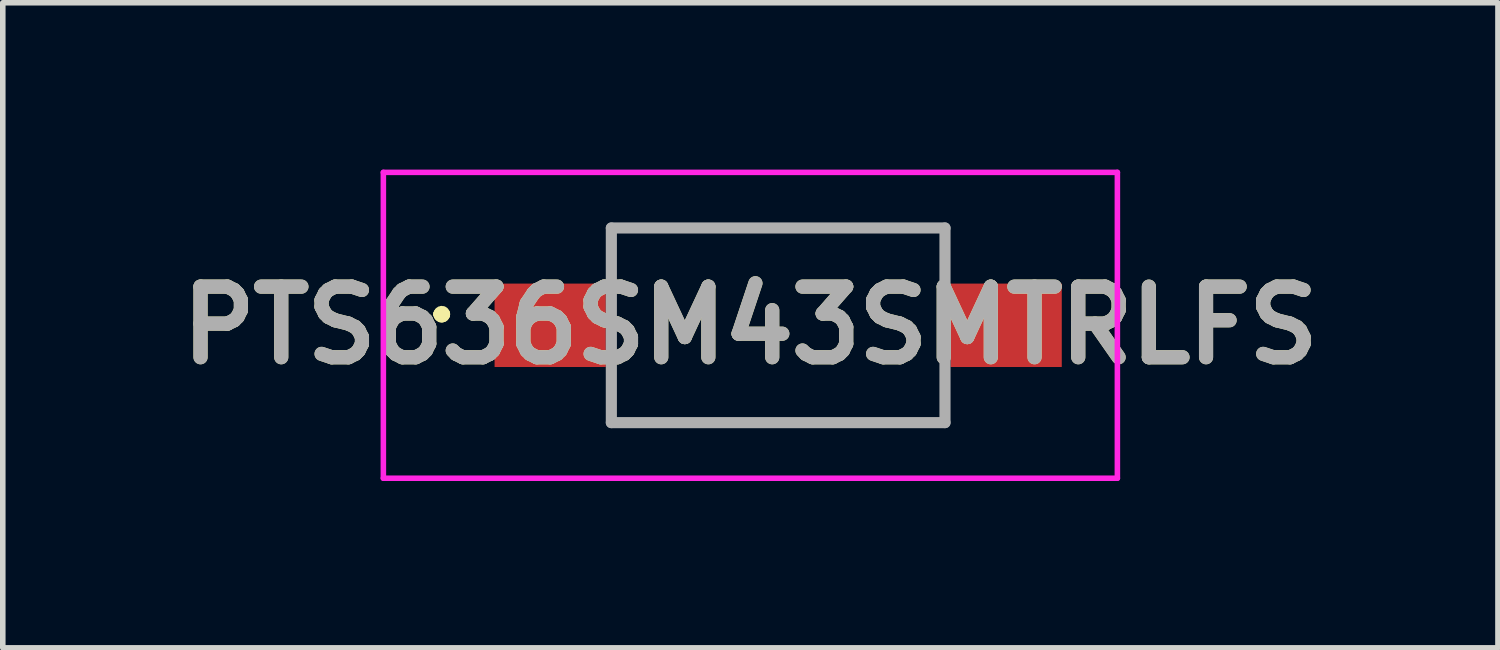
<source format=kicad_pcb>
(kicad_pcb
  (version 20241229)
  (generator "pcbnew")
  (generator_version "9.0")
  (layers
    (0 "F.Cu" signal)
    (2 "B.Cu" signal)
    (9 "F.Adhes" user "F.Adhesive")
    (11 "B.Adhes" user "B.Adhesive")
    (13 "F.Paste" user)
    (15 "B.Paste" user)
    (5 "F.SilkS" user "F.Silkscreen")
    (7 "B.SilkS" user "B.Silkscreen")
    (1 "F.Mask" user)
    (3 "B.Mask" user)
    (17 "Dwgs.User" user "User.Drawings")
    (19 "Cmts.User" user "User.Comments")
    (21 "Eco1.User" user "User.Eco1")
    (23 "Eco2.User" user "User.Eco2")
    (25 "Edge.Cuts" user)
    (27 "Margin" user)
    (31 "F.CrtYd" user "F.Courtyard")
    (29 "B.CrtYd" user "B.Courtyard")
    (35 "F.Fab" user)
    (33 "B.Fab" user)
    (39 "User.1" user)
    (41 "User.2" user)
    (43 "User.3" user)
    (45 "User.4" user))
  (footprint "PTS636SM43SMTRLFS"
    (layer "F.Cu")
    (at 10.944 2.8)
    (property "Reference" "PTS636SM43SMTRLFS" (at -0.5 0 0) (layer "F.SilkS") (effects (font (size 1.27 1.27) (thickness 0.254))))
    (attr smd)
    (fp_line (start -6.1 -0.2) (end -6.1 -0.2) (stroke (width 0.2) (type solid)) (layer "F.SilkS"))
    (fp_line (start -6.1 -0.2) (end -6.1 -0.2) (stroke (width 0.2) (type solid)) (layer "F.SilkS"))
    (fp_line (start -6 -0.2) (end -6 -0.2) (stroke (width 0.2) (type solid)) (layer "F.SilkS"))
    (fp_line (start -3 -1.75) (end -3 -1.75) (stroke (width 0.1) (type solid)) (layer "F.SilkS"))
    (fp_line (start -3 -1.75) (end -3 -1.75) (stroke (width 0.1) (type solid)) (layer "F.SilkS"))
    (fp_line (start -3 -1.75) (end -3 -1.25) (stroke (width 0.1) (type solid)) (layer "F.SilkS"))
    (fp_line (start -3 -1.75) (end 3 -1.75) (stroke (width 0.1) (type solid)) (layer "F.SilkS"))
    (fp_line (start -3 -1.25) (end -3 -1.75) (stroke (width 0.1) (type solid)) (layer "F.SilkS"))
    (fp_line (start -3 -1.25) (end -3 -1.25) (stroke (width 0.1) (type solid)) (layer "F.SilkS"))
    (fp_line (start -3 1.25) (end -3 1.25) (stroke (width 0.1) (type solid)) (layer "F.SilkS"))
    (fp_line (start -3 1.25) (end -3 1.75) (stroke (width 0.1) (type solid)) (layer "F.SilkS"))
    (fp_line (start -3 1.75) (end -3 1.25) (stroke (width 0.1) (type solid)) (layer "F.SilkS"))
    (fp_line (start -3 1.75) (end -3 1.75) (stroke (width 0.1) (type solid)) (layer "F.SilkS"))
    (fp_line (start -3 1.75) (end -3 1.75) (stroke (width 0.1) (type solid)) (layer "F.SilkS"))
    (fp_line (start -3 1.75) (end 3 1.75) (stroke (width 0.1) (type solid)) (layer "F.SilkS"))
    (fp_line (start 3 -1.75) (end -3 -1.75) (stroke (width 0.1) (type solid)) (layer "F.SilkS"))
    (fp_line (start 3 -1.75) (end 3 -1.75) (stroke (width 0.1) (type solid)) (layer "F.SilkS"))
    (fp_line (start 3 -1.75) (end 3 -1.75) (stroke (width 0.1) (type solid)) (layer "F.SilkS"))
    (fp_line (start 3 -1.75) (end 3 -1.25) (stroke (width 0.1) (type solid)) (layer "F.SilkS"))
    (fp_line (start 3 -1.25) (end 3 -1.75) (stroke (width 0.1) (type solid)) (layer "F.SilkS"))
    (fp_line (start 3 -1.25) (end 3 -1.25) (stroke (width 0.1) (type solid)) (layer "F.SilkS"))
    (fp_line (start 3 1.25) (end 3 1.25) (stroke (width 0.1) (type solid)) (layer "F.SilkS"))
    (fp_line (start 3 1.25) (end 3 1.75) (stroke (width 0.1) (type solid)) (layer "F.SilkS"))
    (fp_line (start 3 1.75) (end -3 1.75) (stroke (width 0.1) (type solid)) (layer "F.SilkS"))
    (fp_line (start 3 1.75) (end 3 1.25) (stroke (width 0.1) (type solid)) (layer "F.SilkS"))
    (fp_line (start 3 1.75) (end 3 1.75) (stroke (width 0.1) (type solid)) (layer "F.SilkS"))
    (fp_line (start 3 1.75) (end 3 1.75) (stroke (width 0.1) (type solid)) (layer "F.SilkS"))
    (fp_arc (start -6.1 -0.2) (mid -6.05 -0.25) (end -6 -0.2) (stroke (width 0.2) (type solid)) (layer "F.SilkS"))
    (fp_arc (start -6 -0.2) (mid -6.05 -0.15) (end -6.1 -0.2) (stroke (width 0.2) (type solid)) (layer "F.SilkS"))
    (fp_arc (start -6 -0.2) (mid -6.05 -0.15) (end -6.1 -0.2) (stroke (width 0.2) (type solid)) (layer "F.SilkS"))
    (fp_line (start -7.1 -2.75) (end 6.1 -2.75) (stroke (width 0.1) (type solid)) (layer "F.CrtYd"))
    (fp_line (start -7.1 2.75) (end -7.1 -2.75) (stroke (width 0.1) (type solid)) (layer "F.CrtYd"))
    (fp_line (start 6.1 -2.75) (end 6.1 2.75) (stroke (width 0.1) (type solid)) (layer "F.CrtYd"))
    (fp_line (start 6.1 2.75) (end -7.1 2.75) (stroke (width 0.1) (type solid)) (layer "F.CrtYd"))
    (fp_line (start -3 -1.75) (end -3 1.75) (stroke (width 0.2) (type solid)) (layer "F.Fab"))
    (fp_line (start -3 1.75) (end 3 1.75) (stroke (width 0.2) (type solid)) (layer "F.Fab"))
    (fp_line (start 3 -1.75) (end -3 -1.75) (stroke (width 0.2) (type solid)) (layer "F.Fab"))
    (fp_line (start 3 1.75) (end 3 -1.75) (stroke (width 0.2) (type solid)) (layer "F.Fab"))
    (fp_text user "${REFERENCE}" (at -0.5 0 0) (layer "F.Fab") (effects (font (size 1.27 1.27) (thickness 0.254))))
    (pad "1" smd rect (at -4.1 0 90) (size 1.5 2) (layers "F.Cu" "F.Mask" "F.Paste"))
    (pad "2" smd rect (at 4.1 0 90) (size 1.5 2) (layers "F.Cu" "F.Mask" "F.Paste")))
  (gr_rect
    (start -3 -3)
    (end 23.888 8.6)
    (stroke (width 0.1) (type default))
    (fill no)
    (layer "Edge.Cuts")))
</source>
